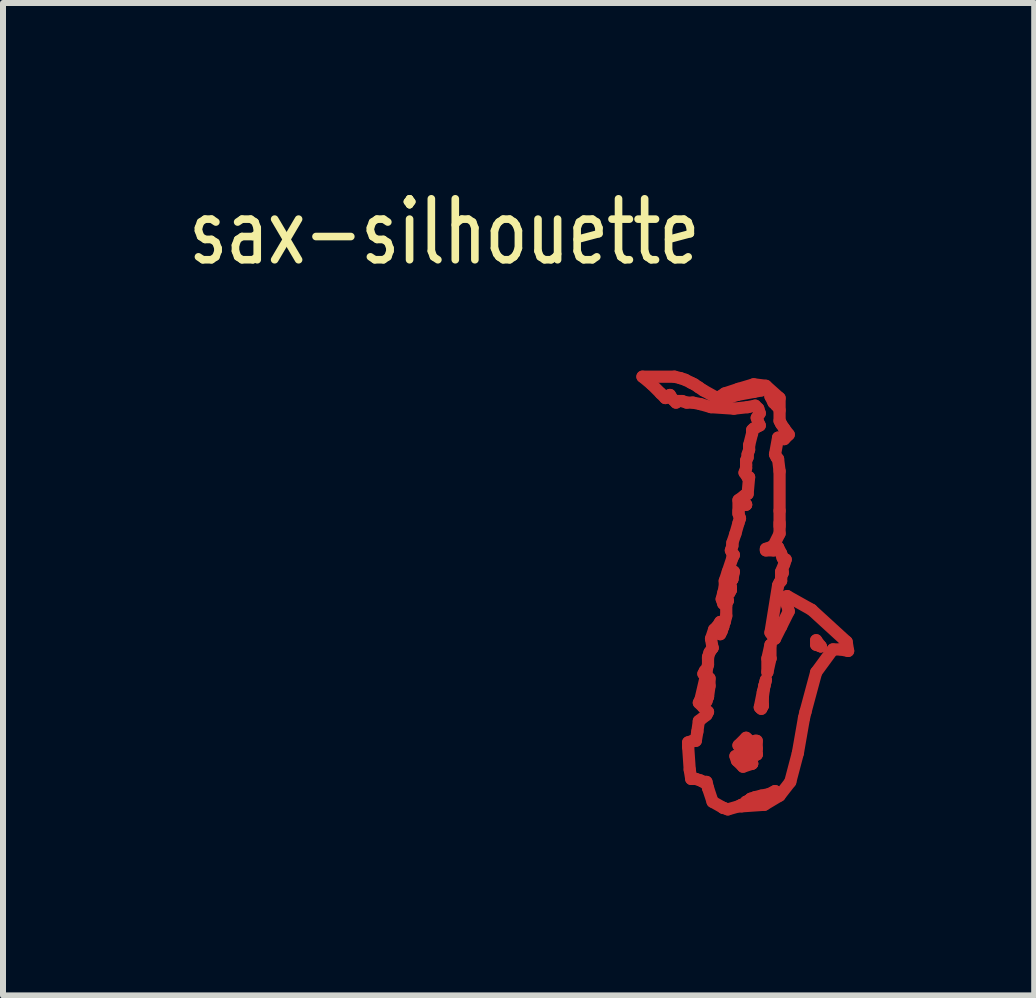
<source format=kicad_pcb>
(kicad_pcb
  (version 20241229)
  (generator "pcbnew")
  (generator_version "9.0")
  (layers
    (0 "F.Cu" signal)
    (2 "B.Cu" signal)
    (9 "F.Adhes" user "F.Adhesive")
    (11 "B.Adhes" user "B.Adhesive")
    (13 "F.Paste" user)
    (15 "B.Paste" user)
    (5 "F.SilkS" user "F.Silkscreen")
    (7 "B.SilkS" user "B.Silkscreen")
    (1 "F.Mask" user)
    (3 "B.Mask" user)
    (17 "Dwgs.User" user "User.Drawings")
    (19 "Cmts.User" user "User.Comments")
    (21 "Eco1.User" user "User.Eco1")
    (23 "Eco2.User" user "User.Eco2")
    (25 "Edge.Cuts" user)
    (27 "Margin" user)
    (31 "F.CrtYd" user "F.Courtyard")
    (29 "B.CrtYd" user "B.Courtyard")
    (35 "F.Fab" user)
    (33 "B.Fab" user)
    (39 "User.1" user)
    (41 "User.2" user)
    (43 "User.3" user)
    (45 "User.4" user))
  (footprint "sax-silhouette"
    (layer "F.Cu")
    (at 7.001 2.341)
    (property "Reference" "sax-silhouette" (at -2.642 -1.524 0) (layer "F.SilkS") (effects (font (size 1.016 0.762) (thickness 0.127))))
    (attr through_hole)
    (fp_line (start 0.66 0.889) (end 1.194 0.889) (stroke (width 0.203) (type solid)) (layers "F.Cu" "F.Mask"))
    (fp_line (start 0.813 1.016) (end 0.66 0.889) (stroke (width 0.203) (type solid)) (layers "F.Cu" "F.Mask"))
    (fp_line (start 0.965 1.168) (end 0.813 1.016) (stroke (width 0.203) (type solid)) (layers "F.Cu" "F.Mask"))
    (fp_line (start 1.041 1.245) (end 0.965 1.168) (stroke (width 0.203) (type solid)) (layers "F.Cu" "F.Mask"))
    (fp_line (start 1.067 1.219) (end 1.041 1.245) (stroke (width 0.203) (type solid)) (layers "F.Cu" "F.Mask"))
    (fp_line (start 1.118 1.194) (end 1.067 1.219) (stroke (width 0.203) (type solid)) (layers "F.Cu" "F.Mask"))
    (fp_line (start 1.168 1.27) (end 1.118 1.194) (stroke (width 0.203) (type solid)) (layers "F.Cu" "F.Mask"))
    (fp_line (start 1.194 0.889) (end 1.295 0.914) (stroke (width 0.203) (type solid)) (layers "F.Cu" "F.Mask"))
    (fp_line (start 1.219 1.321) (end 1.168 1.27) (stroke (width 0.203) (type solid)) (layers "F.Cu" "F.Mask"))
    (fp_line (start 1.245 1.295) (end 1.219 1.321) (stroke (width 0.203) (type solid)) (layers "F.Cu" "F.Mask"))
    (fp_line (start 1.295 0.914) (end 1.372 0.94) (stroke (width 0.203) (type solid)) (layers "F.Cu" "F.Mask"))
    (fp_line (start 1.321 1.295) (end 1.245 1.295) (stroke (width 0.203) (type solid)) (layers "F.Cu" "F.Mask"))
    (fp_line (start 1.372 0.94) (end 1.473 0.991) (stroke (width 0.203) (type solid)) (layers "F.Cu" "F.Mask"))
    (fp_line (start 1.397 1.321) (end 1.321 1.295) (stroke (width 0.203) (type solid)) (layers "F.Cu" "F.Mask"))
    (fp_line (start 1.422 6.985) (end 1.499 6.96) (stroke (width 0.203) (type solid)) (layers "F.Cu" "F.Mask"))
    (fp_line (start 1.422 7.061) (end 1.422 6.985) (stroke (width 0.203) (type solid)) (layers "F.Cu" "F.Mask"))
    (fp_line (start 1.448 7.442) (end 1.422 7.061) (stroke (width 0.203) (type solid)) (layers "F.Cu" "F.Mask"))
    (fp_line (start 1.473 0.991) (end 1.524 1.016) (stroke (width 0.203) (type solid)) (layers "F.Cu" "F.Mask"))
    (fp_line (start 1.473 7.595) (end 1.448 7.442) (stroke (width 0.203) (type solid)) (layers "F.Cu" "F.Mask"))
    (fp_line (start 1.499 1.321) (end 1.397 1.321) (stroke (width 0.203) (type solid)) (layers "F.Cu" "F.Mask"))
    (fp_line (start 1.499 6.96) (end 1.549 6.96) (stroke (width 0.203) (type solid)) (layers "F.Cu" "F.Mask"))
    (fp_line (start 1.524 1.016) (end 1.6 1.067) (stroke (width 0.203) (type solid)) (layers "F.Cu" "F.Mask"))
    (fp_line (start 1.549 6.96) (end 1.575 6.807) (stroke (width 0.203) (type solid)) (layers "F.Cu" "F.Mask"))
    (fp_line (start 1.549 7.595) (end 1.473 7.595) (stroke (width 0.203) (type solid)) (layers "F.Cu" "F.Mask"))
    (fp_line (start 1.575 6.807) (end 1.6 6.629) (stroke (width 0.203) (type solid)) (layers "F.Cu" "F.Mask"))
    (fp_line (start 1.6 1.067) (end 1.676 1.118) (stroke (width 0.203) (type solid)) (layers "F.Cu" "F.Mask"))
    (fp_line (start 1.6 6.325) (end 1.626 6.274) (stroke (width 0.203) (type solid)) (layers "F.Cu" "F.Mask"))
    (fp_line (start 1.6 6.629) (end 1.727 6.528) (stroke (width 0.203) (type solid)) (layers "F.Cu" "F.Mask"))
    (fp_line (start 1.626 1.346) (end 1.499 1.321) (stroke (width 0.203) (type solid)) (layers "F.Cu" "F.Mask"))
    (fp_line (start 1.626 6.274) (end 1.727 5.842) (stroke (width 0.203) (type solid)) (layers "F.Cu" "F.Mask"))
    (fp_line (start 1.626 7.62) (end 1.549 7.595) (stroke (width 0.203) (type solid)) (layers "F.Cu" "F.Mask"))
    (fp_line (start 1.676 1.118) (end 1.905 1.245) (stroke (width 0.203) (type solid)) (layers "F.Cu" "F.Mask"))
    (fp_line (start 1.676 5.842) (end 1.702 5.791) (stroke (width 0.203) (type solid)) (layers "F.Cu" "F.Mask"))
    (fp_line (start 1.676 6.401) (end 1.6 6.325) (stroke (width 0.203) (type solid)) (layers "F.Cu" "F.Mask"))
    (fp_line (start 1.676 7.645) (end 1.626 7.62) (stroke (width 0.203) (type solid)) (layers "F.Cu" "F.Mask"))
    (fp_line (start 1.702 5.791) (end 1.727 5.791) (stroke (width 0.203) (type solid)) (layers "F.Cu" "F.Mask"))
    (fp_line (start 1.727 5.791) (end 1.753 5.69) (stroke (width 0.203) (type solid)) (layers "F.Cu" "F.Mask"))
    (fp_line (start 1.727 5.842) (end 1.676 5.842) (stroke (width 0.203) (type solid)) (layers "F.Cu" "F.Mask"))
    (fp_line (start 1.727 6.096) (end 1.727 6.299) (stroke (width 0.203) (type solid)) (layers "F.Cu" "F.Mask"))
    (fp_line (start 1.727 6.299) (end 1.753 6.223) (stroke (width 0.203) (type solid)) (layers "F.Cu" "F.Mask"))
    (fp_line (start 1.727 6.528) (end 1.753 6.477) (stroke (width 0.203) (type solid)) (layers "F.Cu" "F.Mask"))
    (fp_line (start 1.727 7.645) (end 1.676 7.645) (stroke (width 0.203) (type solid)) (layers "F.Cu" "F.Mask"))
    (fp_line (start 1.753 5.563) (end 1.778 5.486) (stroke (width 0.203) (type solid)) (layers "F.Cu" "F.Mask"))
    (fp_line (start 1.753 5.588) (end 1.753 5.563) (stroke (width 0.203) (type solid)) (layers "F.Cu" "F.Mask"))
    (fp_line (start 1.753 5.69) (end 1.753 5.588) (stroke (width 0.203) (type solid)) (layers "F.Cu" "F.Mask"))
    (fp_line (start 1.753 6.223) (end 1.753 6.223) (stroke (width 0.203) (type solid)) (layers "F.Cu" "F.Mask"))
    (fp_line (start 1.753 6.223) (end 1.778 6.045) (stroke (width 0.203) (type solid)) (layers "F.Cu" "F.Mask"))
    (fp_line (start 1.753 6.477) (end 1.676 6.401) (stroke (width 0.203) (type solid)) (layers "F.Cu" "F.Mask"))
    (fp_line (start 1.753 7.747) (end 1.727 7.645) (stroke (width 0.203) (type solid)) (layers "F.Cu" "F.Mask"))
    (fp_line (start 1.778 5.486) (end 1.829 5.41) (stroke (width 0.203) (type solid)) (layers "F.Cu" "F.Mask"))
    (fp_line (start 1.778 5.918) (end 1.727 6.096) (stroke (width 0.203) (type solid)) (layers "F.Cu" "F.Mask"))
    (fp_line (start 1.778 6.045) (end 1.778 5.918) (stroke (width 0.203) (type solid)) (layers "F.Cu" "F.Mask"))
    (fp_line (start 1.803 1.397) (end 1.626 1.346) (stroke (width 0.203) (type solid)) (layers "F.Cu" "F.Mask"))
    (fp_line (start 1.803 5.258) (end 1.854 5.105) (stroke (width 0.203) (type solid)) (layers "F.Cu" "F.Mask"))
    (fp_line (start 1.829 5.41) (end 1.803 5.258) (stroke (width 0.203) (type solid)) (layers "F.Cu" "F.Mask"))
    (fp_line (start 1.829 5.41) (end 1.829 5.41) (stroke (width 0.203) (type solid)) (layers "F.Cu" "F.Mask"))
    (fp_line (start 1.829 7.976) (end 1.753 7.747) (stroke (width 0.203) (type solid)) (layers "F.Cu" "F.Mask"))
    (fp_line (start 1.854 5.105) (end 1.905 5.055) (stroke (width 0.203) (type solid)) (layers "F.Cu" "F.Mask"))
    (fp_line (start 1.905 1.245) (end 1.956 1.219) (stroke (width 0.203) (type solid)) (layers "F.Cu" "F.Mask"))
    (fp_line (start 1.905 5.055) (end 1.956 4.978) (stroke (width 0.203) (type solid)) (layers "F.Cu" "F.Mask"))
    (fp_line (start 1.956 1.219) (end 2.032 1.168) (stroke (width 0.203) (type solid)) (layers "F.Cu" "F.Mask"))
    (fp_line (start 1.956 4.978) (end 2.032 4.978) (stroke (width 0.203) (type solid)) (layers "F.Cu" "F.Mask"))
    (fp_line (start 1.956 5.131) (end 1.956 5.182) (stroke (width 0.203) (type solid)) (layers "F.Cu" "F.Mask"))
    (fp_line (start 1.956 5.182) (end 1.981 5.131) (stroke (width 0.203) (type solid)) (layers "F.Cu" "F.Mask"))
    (fp_line (start 1.981 4.597) (end 2.007 4.496) (stroke (width 0.203) (type solid)) (layers "F.Cu" "F.Mask"))
    (fp_line (start 1.981 5.004) (end 1.956 5.131) (stroke (width 0.203) (type solid)) (layers "F.Cu" "F.Mask"))
    (fp_line (start 1.981 5.131) (end 2.007 5.055) (stroke (width 0.203) (type solid)) (layers "F.Cu" "F.Mask"))
    (fp_line (start 2.007 4.496) (end 2.032 4.394) (stroke (width 0.203) (type solid)) (layers "F.Cu" "F.Mask"))
    (fp_line (start 2.007 4.623) (end 2.083 4.623) (stroke (width 0.203) (type solid)) (layers "F.Cu" "F.Mask"))
    (fp_line (start 2.007 4.674) (end 1.981 4.597) (stroke (width 0.203) (type solid)) (layers "F.Cu" "F.Mask"))
    (fp_line (start 2.007 5.029) (end 1.981 5.004) (stroke (width 0.203) (type solid)) (layers "F.Cu" "F.Mask"))
    (fp_line (start 2.007 5.055) (end 2.007 5.029) (stroke (width 0.203) (type solid)) (layers "F.Cu" "F.Mask"))
    (fp_line (start 2.007 5.055) (end 2.007 5.055) (stroke (width 0.203) (type solid)) (layers "F.Cu" "F.Mask"))
    (fp_line (start 2.007 8.077) (end 1.829 7.976) (stroke (width 0.203) (type solid)) (layers "F.Cu" "F.Mask"))
    (fp_line (start 2.007 8.077) (end 2.007 8.077) (stroke (width 0.203) (type solid)) (layers "F.Cu" "F.Mask"))
    (fp_line (start 2.032 1.168) (end 2.261 1.092) (stroke (width 0.203) (type solid)) (layers "F.Cu" "F.Mask"))
    (fp_line (start 2.032 1.372) (end 2.057 1.397) (stroke (width 0.203) (type solid)) (layers "F.Cu" "F.Mask"))
    (fp_line (start 2.032 4.293) (end 2.083 4.14) (stroke (width 0.203) (type solid)) (layers "F.Cu" "F.Mask"))
    (fp_line (start 2.032 4.394) (end 2.032 4.293) (stroke (width 0.203) (type solid)) (layers "F.Cu" "F.Mask"))
    (fp_line (start 2.032 4.572) (end 2.007 4.623) (stroke (width 0.203) (type solid)) (layers "F.Cu" "F.Mask"))
    (fp_line (start 2.032 4.978) (end 2.057 4.877) (stroke (width 0.203) (type solid)) (layers "F.Cu" "F.Mask"))
    (fp_line (start 2.057 1.372) (end 2.032 1.372) (stroke (width 0.203) (type solid)) (layers "F.Cu" "F.Mask"))
    (fp_line (start 2.057 1.372) (end 2.057 1.372) (stroke (width 0.203) (type solid)) (layers "F.Cu" "F.Mask"))
    (fp_line (start 2.057 1.397) (end 2.057 1.372) (stroke (width 0.203) (type solid)) (layers "F.Cu" "F.Mask"))
    (fp_line (start 2.057 4.699) (end 2.007 4.674) (stroke (width 0.203) (type solid)) (layers "F.Cu" "F.Mask"))
    (fp_line (start 2.057 4.877) (end 2.057 4.699) (stroke (width 0.203) (type solid)) (layers "F.Cu" "F.Mask"))
    (fp_line (start 2.083 1.245) (end 2.235 1.194) (stroke (width 0.203) (type solid)) (layers "F.Cu" "F.Mask"))
    (fp_line (start 2.083 4.14) (end 2.159 3.912) (stroke (width 0.203) (type solid)) (layers "F.Cu" "F.Mask"))
    (fp_line (start 2.083 4.623) (end 2.032 4.572) (stroke (width 0.203) (type solid)) (layers "F.Cu" "F.Mask"))
    (fp_line (start 2.083 4.623) (end 2.083 4.623) (stroke (width 0.203) (type solid)) (layers "F.Cu" "F.Mask"))
    (fp_line (start 2.083 8.103) (end 2.007 8.077) (stroke (width 0.203) (type solid)) (layers "F.Cu" "F.Mask"))
    (fp_line (start 2.108 4.394) (end 2.108 4.47) (stroke (width 0.203) (type solid)) (layers "F.Cu" "F.Mask"))
    (fp_line (start 2.108 4.47) (end 2.108 4.496) (stroke (width 0.203) (type solid)) (layers "F.Cu" "F.Mask"))
    (fp_line (start 2.108 4.496) (end 2.134 4.445) (stroke (width 0.203) (type solid)) (layers "F.Cu" "F.Mask"))
    (fp_line (start 2.134 3.785) (end 2.159 3.708) (stroke (width 0.203) (type solid)) (layers "F.Cu" "F.Mask"))
    (fp_line (start 2.134 4.293) (end 2.159 4.267) (stroke (width 0.203) (type solid)) (layers "F.Cu" "F.Mask"))
    (fp_line (start 2.134 4.394) (end 2.108 4.394) (stroke (width 0.203) (type solid)) (layers "F.Cu" "F.Mask"))
    (fp_line (start 2.134 4.445) (end 2.134 4.394) (stroke (width 0.203) (type solid)) (layers "F.Cu" "F.Mask"))
    (fp_line (start 2.134 4.445) (end 2.134 4.445) (stroke (width 0.203) (type solid)) (layers "F.Cu" "F.Mask"))
    (fp_line (start 2.159 3.658) (end 2.21 3.505) (stroke (width 0.203) (type solid)) (layers "F.Cu" "F.Mask"))
    (fp_line (start 2.159 3.708) (end 2.159 3.658) (stroke (width 0.203) (type solid)) (layers "F.Cu" "F.Mask"))
    (fp_line (start 2.159 3.835) (end 2.134 3.785) (stroke (width 0.203) (type solid)) (layers "F.Cu" "F.Mask"))
    (fp_line (start 2.159 3.912) (end 2.184 3.861) (stroke (width 0.203) (type solid)) (layers "F.Cu" "F.Mask"))
    (fp_line (start 2.159 4.267) (end 2.159 4.267) (stroke (width 0.203) (type solid)) (layers "F.Cu" "F.Mask"))
    (fp_line (start 2.159 4.267) (end 2.184 4.14) (stroke (width 0.203) (type solid)) (layers "F.Cu" "F.Mask"))
    (fp_line (start 2.184 1.422) (end 1.803 1.397) (stroke (width 0.203) (type solid)) (layers "F.Cu" "F.Mask"))
    (fp_line (start 2.184 3.861) (end 2.159 3.835) (stroke (width 0.203) (type solid)) (layers "F.Cu" "F.Mask"))
    (fp_line (start 2.184 4.14) (end 2.134 4.293) (stroke (width 0.203) (type solid)) (layers "F.Cu" "F.Mask"))
    (fp_line (start 2.21 3.505) (end 2.261 3.327) (stroke (width 0.203) (type solid)) (layers "F.Cu" "F.Mask"))
    (fp_line (start 2.21 7.214) (end 2.235 7.29) (stroke (width 0.203) (type solid)) (layers "F.Cu" "F.Mask"))
    (fp_line (start 2.235 1.168) (end 2.083 1.245) (stroke (width 0.203) (type solid)) (layers "F.Cu" "F.Mask"))
    (fp_line (start 2.235 1.194) (end 2.235 1.194) (stroke (width 0.203) (type solid)) (layers "F.Cu" "F.Mask"))
    (fp_line (start 2.235 1.194) (end 2.515 1.143) (stroke (width 0.203) (type solid)) (layers "F.Cu" "F.Mask"))
    (fp_line (start 2.235 7.29) (end 2.337 7.391) (stroke (width 0.203) (type solid)) (layers "F.Cu" "F.Mask"))
    (fp_line (start 2.261 1.092) (end 2.515 1.016) (stroke (width 0.203) (type solid)) (layers "F.Cu" "F.Mask"))
    (fp_line (start 2.261 2.946) (end 2.362 2.87) (stroke (width 0.203) (type solid)) (layers "F.Cu" "F.Mask"))
    (fp_line (start 2.261 3.124) (end 2.261 2.946) (stroke (width 0.203) (type solid)) (layers "F.Cu" "F.Mask"))
    (fp_line (start 2.261 3.175) (end 2.261 3.124) (stroke (width 0.203) (type solid)) (layers "F.Cu" "F.Mask"))
    (fp_line (start 2.261 3.327) (end 2.286 3.251) (stroke (width 0.203) (type solid)) (layers "F.Cu" "F.Mask"))
    (fp_line (start 2.261 7.036) (end 2.311 7.036) (stroke (width 0.203) (type solid)) (layers "F.Cu" "F.Mask"))
    (fp_line (start 2.261 7.214) (end 2.21 7.214) (stroke (width 0.203) (type solid)) (layers "F.Cu" "F.Mask"))
    (fp_line (start 2.261 8.052) (end 2.083 8.103) (stroke (width 0.203) (type solid)) (layers "F.Cu" "F.Mask"))
    (fp_line (start 2.286 3.251) (end 2.261 3.175) (stroke (width 0.203) (type solid)) (layers "F.Cu" "F.Mask"))
    (fp_line (start 2.311 7.036) (end 2.337 7.087) (stroke (width 0.203) (type solid)) (layers "F.Cu" "F.Mask"))
    (fp_line (start 2.311 7.163) (end 2.261 7.214) (stroke (width 0.203) (type solid)) (layers "F.Cu" "F.Mask"))
    (fp_line (start 2.311 8.026) (end 2.261 8.052) (stroke (width 0.203) (type solid)) (layers "F.Cu" "F.Mask"))
    (fp_line (start 2.311 8.052) (end 2.311 8.026) (stroke (width 0.203) (type solid)) (layers "F.Cu" "F.Mask"))
    (fp_line (start 2.337 7.087) (end 2.311 7.163) (stroke (width 0.203) (type solid)) (layers "F.Cu" "F.Mask"))
    (fp_line (start 2.337 7.391) (end 2.489 7.341) (stroke (width 0.203) (type solid)) (layers "F.Cu" "F.Mask"))
    (fp_line (start 2.362 2.489) (end 2.388 2.413) (stroke (width 0.203) (type solid)) (layers "F.Cu" "F.Mask"))
    (fp_line (start 2.362 2.87) (end 2.413 2.845) (stroke (width 0.203) (type solid)) (layers "F.Cu" "F.Mask"))
    (fp_line (start 2.362 3.023) (end 2.362 3.023) (stroke (width 0.203) (type solid)) (layers "F.Cu" "F.Mask"))
    (fp_line (start 2.362 3.023) (end 2.388 3.023) (stroke (width 0.203) (type solid)) (layers "F.Cu" "F.Mask"))
    (fp_line (start 2.388 2.286) (end 2.413 2.235) (stroke (width 0.203) (type solid)) (layers "F.Cu" "F.Mask"))
    (fp_line (start 2.388 2.362) (end 2.388 2.286) (stroke (width 0.203) (type solid)) (layers "F.Cu" "F.Mask"))
    (fp_line (start 2.388 2.413) (end 2.388 2.362) (stroke (width 0.203) (type solid)) (layers "F.Cu" "F.Mask"))
    (fp_line (start 2.388 3.023) (end 2.362 3.023) (stroke (width 0.203) (type solid)) (layers "F.Cu" "F.Mask"))
    (fp_line (start 2.388 3.023) (end 2.388 3.023) (stroke (width 0.203) (type solid)) (layers "F.Cu" "F.Mask"))
    (fp_line (start 2.388 6.909) (end 2.261 7.036) (stroke (width 0.203) (type solid)) (layers "F.Cu" "F.Mask"))
    (fp_line (start 2.388 7.239) (end 2.413 6.934) (stroke (width 0.203) (type solid)) (layers "F.Cu" "F.Mask"))
    (fp_line (start 2.388 7.976) (end 2.388 7.976) (stroke (width 0.203) (type solid)) (layers "F.Cu" "F.Mask"))
    (fp_line (start 2.388 7.976) (end 2.667 7.95) (stroke (width 0.203) (type solid)) (layers "F.Cu" "F.Mask"))
    (fp_line (start 2.413 1.397) (end 2.184 1.422) (stroke (width 0.203) (type solid)) (layers "F.Cu" "F.Mask"))
    (fp_line (start 2.413 2.184) (end 2.438 2.108) (stroke (width 0.203) (type solid)) (layers "F.Cu" "F.Mask"))
    (fp_line (start 2.413 2.235) (end 2.413 2.184) (stroke (width 0.203) (type solid)) (layers "F.Cu" "F.Mask"))
    (fp_line (start 2.413 2.565) (end 2.362 2.489) (stroke (width 0.203) (type solid)) (layers "F.Cu" "F.Mask"))
    (fp_line (start 2.413 2.845) (end 2.438 2.565) (stroke (width 0.203) (type solid)) (layers "F.Cu" "F.Mask"))
    (fp_line (start 2.413 6.934) (end 2.388 6.909) (stroke (width 0.203) (type solid)) (layers "F.Cu" "F.Mask"))
    (fp_line (start 2.438 2.032) (end 2.489 1.829) (stroke (width 0.203) (type solid)) (layers "F.Cu" "F.Mask"))
    (fp_line (start 2.438 2.108) (end 2.438 2.032) (stroke (width 0.203) (type solid)) (layers "F.Cu" "F.Mask"))
    (fp_line (start 2.438 2.565) (end 2.413 2.565) (stroke (width 0.203) (type solid)) (layers "F.Cu" "F.Mask"))
    (fp_line (start 2.438 7.315) (end 2.388 7.239) (stroke (width 0.203) (type solid)) (layers "F.Cu" "F.Mask"))
    (fp_line (start 2.438 7.95) (end 2.388 7.976) (stroke (width 0.203) (type solid)) (layers "F.Cu" "F.Mask"))
    (fp_line (start 2.464 1.067) (end 2.235 1.168) (stroke (width 0.203) (type solid)) (layers "F.Cu" "F.Mask"))
    (fp_line (start 2.464 7.925) (end 2.438 7.95) (stroke (width 0.203) (type solid)) (layers "F.Cu" "F.Mask"))
    (fp_line (start 2.489 1.778) (end 2.515 1.753) (stroke (width 0.203) (type solid)) (layers "F.Cu" "F.Mask"))
    (fp_line (start 2.489 1.829) (end 2.489 1.778) (stroke (width 0.203) (type solid)) (layers "F.Cu" "F.Mask"))
    (fp_line (start 2.489 7.061) (end 2.489 7.188) (stroke (width 0.203) (type solid)) (layers "F.Cu" "F.Mask"))
    (fp_line (start 2.489 7.188) (end 2.565 7.188) (stroke (width 0.203) (type solid)) (layers "F.Cu" "F.Mask"))
    (fp_line (start 2.489 7.341) (end 2.438 7.315) (stroke (width 0.203) (type solid)) (layers "F.Cu" "F.Mask"))
    (fp_line (start 2.489 7.341) (end 2.489 7.341) (stroke (width 0.203) (type solid)) (layers "F.Cu" "F.Mask"))
    (fp_line (start 2.515 1.016) (end 2.718 1.041) (stroke (width 0.203) (type solid)) (layers "F.Cu" "F.Mask"))
    (fp_line (start 2.515 1.143) (end 2.642 1.118) (stroke (width 0.203) (type solid)) (layers "F.Cu" "F.Mask"))
    (fp_line (start 2.515 1.753) (end 2.565 1.727) (stroke (width 0.203) (type solid)) (layers "F.Cu" "F.Mask"))
    (fp_line (start 2.54 1.372) (end 2.413 1.397) (stroke (width 0.203) (type solid)) (layers "F.Cu" "F.Mask"))
    (fp_line (start 2.54 6.96) (end 2.489 7.061) (stroke (width 0.203) (type solid)) (layers "F.Cu" "F.Mask"))
    (fp_line (start 2.54 7.899) (end 2.464 7.925) (stroke (width 0.203) (type solid)) (layers "F.Cu" "F.Mask"))
    (fp_line (start 2.565 1.575) (end 2.616 1.499) (stroke (width 0.203) (type solid)) (layers "F.Cu" "F.Mask"))
    (fp_line (start 2.565 1.727) (end 2.616 1.702) (stroke (width 0.203) (type solid)) (layers "F.Cu" "F.Mask"))
    (fp_line (start 2.565 6.96) (end 2.54 6.96) (stroke (width 0.203) (type solid)) (layers "F.Cu" "F.Mask"))
    (fp_line (start 2.565 7.087) (end 2.565 6.96) (stroke (width 0.203) (type solid)) (layers "F.Cu" "F.Mask"))
    (fp_line (start 2.565 7.188) (end 2.565 7.087) (stroke (width 0.203) (type solid)) (layers "F.Cu" "F.Mask"))
    (fp_line (start 2.565 7.188) (end 2.565 7.188) (stroke (width 0.203) (type solid)) (layers "F.Cu" "F.Mask"))
    (fp_line (start 2.591 1.422) (end 2.54 1.372) (stroke (width 0.203) (type solid)) (layers "F.Cu" "F.Mask"))
    (fp_line (start 2.591 1.651) (end 2.565 1.575) (stroke (width 0.203) (type solid)) (layers "F.Cu" "F.Mask"))
    (fp_line (start 2.616 1.499) (end 2.591 1.422) (stroke (width 0.203) (type solid)) (layers "F.Cu" "F.Mask"))
    (fp_line (start 2.616 1.702) (end 2.591 1.651) (stroke (width 0.203) (type solid)) (layers "F.Cu" "F.Mask"))
    (fp_line (start 2.616 6.401) (end 2.642 6.426) (stroke (width 0.203) (type solid)) (layers "F.Cu" "F.Mask"))
    (fp_line (start 2.642 1.118) (end 2.464 1.067) (stroke (width 0.203) (type solid)) (layers "F.Cu" "F.Mask"))
    (fp_line (start 2.642 6.426) (end 2.667 6.375) (stroke (width 0.203) (type solid)) (layers "F.Cu" "F.Mask"))
    (fp_line (start 2.642 7.874) (end 2.54 7.899) (stroke (width 0.203) (type solid)) (layers "F.Cu" "F.Mask"))
    (fp_line (start 2.667 6.147) (end 2.616 6.401) (stroke (width 0.203) (type solid)) (layers "F.Cu" "F.Mask"))
    (fp_line (start 2.667 6.223) (end 2.692 6.045) (stroke (width 0.203) (type solid)) (layers "F.Cu" "F.Mask"))
    (fp_line (start 2.667 6.375) (end 2.667 6.223) (stroke (width 0.203) (type solid)) (layers "F.Cu" "F.Mask"))
    (fp_line (start 2.667 6.375) (end 2.667 6.375) (stroke (width 0.203) (type solid)) (layers "F.Cu" "F.Mask"))
    (fp_line (start 2.667 7.95) (end 2.667 7.95) (stroke (width 0.203) (type solid)) (layers "F.Cu" "F.Mask"))
    (fp_line (start 2.667 7.95) (end 2.87 7.798) (stroke (width 0.203) (type solid)) (layers "F.Cu" "F.Mask"))
    (fp_line (start 2.692 6.045) (end 2.718 5.944) (stroke (width 0.203) (type solid)) (layers "F.Cu" "F.Mask"))
    (fp_line (start 2.692 8.026) (end 2.311 8.052) (stroke (width 0.203) (type solid)) (layers "F.Cu" "F.Mask"))
    (fp_line (start 2.718 1.041) (end 2.946 1.245) (stroke (width 0.203) (type solid)) (layers "F.Cu" "F.Mask"))
    (fp_line (start 2.718 3.759) (end 2.718 3.785) (stroke (width 0.203) (type solid)) (layers "F.Cu" "F.Mask"))
    (fp_line (start 2.718 3.785) (end 2.845 3.785) (stroke (width 0.203) (type solid)) (layers "F.Cu" "F.Mask"))
    (fp_line (start 2.718 5.944) (end 2.667 6.147) (stroke (width 0.203) (type solid)) (layers "F.Cu" "F.Mask"))
    (fp_line (start 2.743 5.588) (end 2.743 5.817) (stroke (width 0.203) (type solid)) (layers "F.Cu" "F.Mask"))
    (fp_line (start 2.743 5.817) (end 2.794 5.588) (stroke (width 0.203) (type solid)) (layers "F.Cu" "F.Mask"))
    (fp_line (start 2.769 7.849) (end 2.642 7.874) (stroke (width 0.203) (type solid)) (layers "F.Cu" "F.Mask"))
    (fp_line (start 2.794 1.219) (end 2.845 1.321) (stroke (width 0.203) (type solid)) (layers "F.Cu" "F.Mask"))
    (fp_line (start 2.794 3.734) (end 2.718 3.759) (stroke (width 0.203) (type solid)) (layers "F.Cu" "F.Mask"))
    (fp_line (start 2.794 5.156) (end 2.845 5.232) (stroke (width 0.203) (type solid)) (layers "F.Cu" "F.Mask"))
    (fp_line (start 2.794 5.359) (end 2.743 5.588) (stroke (width 0.203) (type solid)) (layers "F.Cu" "F.Mask"))
    (fp_line (start 2.794 5.588) (end 2.794 5.359) (stroke (width 0.203) (type solid)) (layers "F.Cu" "F.Mask"))
    (fp_line (start 2.794 5.588) (end 2.794 5.588) (stroke (width 0.203) (type solid)) (layers "F.Cu" "F.Mask"))
    (fp_line (start 2.819 1.194) (end 2.794 1.219) (stroke (width 0.203) (type solid)) (layers "F.Cu" "F.Mask"))
    (fp_line (start 2.845 1.321) (end 2.896 1.372) (stroke (width 0.203) (type solid)) (layers "F.Cu" "F.Mask"))
    (fp_line (start 2.845 3.708) (end 2.794 3.734) (stroke (width 0.203) (type solid)) (layers "F.Cu" "F.Mask"))
    (fp_line (start 2.845 3.785) (end 2.921 3.734) (stroke (width 0.203) (type solid)) (layers "F.Cu" "F.Mask"))
    (fp_line (start 2.845 5.232) (end 2.87 5.258) (stroke (width 0.203) (type solid)) (layers "F.Cu" "F.Mask"))
    (fp_line (start 2.87 2.184) (end 2.896 2.235) (stroke (width 0.203) (type solid)) (layers "F.Cu" "F.Mask"))
    (fp_line (start 2.87 5.258) (end 2.972 5.055) (stroke (width 0.203) (type solid)) (layers "F.Cu" "F.Mask"))
    (fp_line (start 2.87 7.798) (end 2.769 7.849) (stroke (width 0.203) (type solid)) (layers "F.Cu" "F.Mask"))
    (fp_line (start 2.896 1.321) (end 2.819 1.194) (stroke (width 0.203) (type solid)) (layers "F.Cu" "F.Mask"))
    (fp_line (start 2.896 1.321) (end 2.896 1.321) (stroke (width 0.203) (type solid)) (layers "F.Cu" "F.Mask"))
    (fp_line (start 2.896 1.372) (end 2.896 1.321) (stroke (width 0.203) (type solid)) (layers "F.Cu" "F.Mask"))
    (fp_line (start 2.896 2.235) (end 2.921 2.261) (stroke (width 0.203) (type solid)) (layers "F.Cu" "F.Mask"))
    (fp_line (start 2.921 1.905) (end 2.87 2.184) (stroke (width 0.203) (type solid)) (layers "F.Cu" "F.Mask"))
    (fp_line (start 2.921 2.261) (end 2.946 2.464) (stroke (width 0.203) (type solid)) (layers "F.Cu" "F.Mask"))
    (fp_line (start 2.921 3.734) (end 2.972 3.835) (stroke (width 0.203) (type solid)) (layers "F.Cu" "F.Mask"))
    (fp_line (start 2.921 4.369) (end 2.794 5.156) (stroke (width 0.203) (type solid)) (layers "F.Cu" "F.Mask"))
    (fp_line (start 2.946 1.245) (end 2.946 1.448) (stroke (width 0.203) (type solid)) (layers "F.Cu" "F.Mask"))
    (fp_line (start 2.946 1.448) (end 2.946 1.626) (stroke (width 0.203) (type solid)) (layers "F.Cu" "F.Mask"))
    (fp_line (start 2.946 1.626) (end 2.972 1.676) (stroke (width 0.203) (type solid)) (layers "F.Cu" "F.Mask"))
    (fp_line (start 2.946 2.464) (end 2.946 3.124) (stroke (width 0.203) (type solid)) (layers "F.Cu" "F.Mask"))
    (fp_line (start 2.946 3.124) (end 2.946 3.327) (stroke (width 0.203) (type solid)) (layers "F.Cu" "F.Mask"))
    (fp_line (start 2.946 3.327) (end 2.946 3.378) (stroke (width 0.203) (type solid)) (layers "F.Cu" "F.Mask"))
    (fp_line (start 2.946 3.378) (end 2.946 3.505) (stroke (width 0.203) (type solid)) (layers "F.Cu" "F.Mask"))
    (fp_line (start 2.946 3.505) (end 2.845 3.708) (stroke (width 0.203) (type solid)) (layers "F.Cu" "F.Mask"))
    (fp_line (start 2.946 4.318) (end 2.921 4.369) (stroke (width 0.203) (type solid)) (layers "F.Cu" "F.Mask"))
    (fp_line (start 2.946 7.874) (end 2.692 8.026) (stroke (width 0.203) (type solid)) (layers "F.Cu" "F.Mask"))
    (fp_line (start 2.972 1.676) (end 3.023 1.753) (stroke (width 0.203) (type solid)) (layers "F.Cu" "F.Mask"))
    (fp_line (start 2.972 3.835) (end 2.997 3.912) (stroke (width 0.203) (type solid)) (layers "F.Cu" "F.Mask"))
    (fp_line (start 2.972 4.14) (end 2.997 4.14) (stroke (width 0.203) (type solid)) (layers "F.Cu" "F.Mask"))
    (fp_line (start 2.972 4.166) (end 2.972 4.242) (stroke (width 0.203) (type solid)) (layers "F.Cu" "F.Mask"))
    (fp_line (start 2.972 4.242) (end 2.972 4.293) (stroke (width 0.203) (type solid)) (layers "F.Cu" "F.Mask"))
    (fp_line (start 2.972 4.293) (end 2.946 4.318) (stroke (width 0.203) (type solid)) (layers "F.Cu" "F.Mask"))
    (fp_line (start 2.972 5.055) (end 3.099 4.801) (stroke (width 0.203) (type solid)) (layers "F.Cu" "F.Mask"))
    (fp_line (start 2.997 3.912) (end 3.048 3.937) (stroke (width 0.203) (type solid)) (layers "F.Cu" "F.Mask"))
    (fp_line (start 2.997 4.14) (end 2.997 4.166) (stroke (width 0.203) (type solid)) (layers "F.Cu" "F.Mask"))
    (fp_line (start 2.997 4.166) (end 2.972 4.166) (stroke (width 0.203) (type solid)) (layers "F.Cu" "F.Mask"))
    (fp_line (start 3.023 1.753) (end 3.099 1.854) (stroke (width 0.203) (type solid)) (layers "F.Cu" "F.Mask"))
    (fp_line (start 3.023 1.93) (end 2.921 1.905) (stroke (width 0.203) (type solid)) (layers "F.Cu" "F.Mask"))
    (fp_line (start 3.023 4.013) (end 2.972 4.14) (stroke (width 0.203) (type solid)) (layers "F.Cu" "F.Mask"))
    (fp_line (start 3.023 4.572) (end 3.073 4.547) (stroke (width 0.203) (type solid)) (layers "F.Cu" "F.Mask"))
    (fp_line (start 3.048 3.937) (end 3.023 4.013) (stroke (width 0.203) (type solid)) (layers "F.Cu" "F.Mask"))
    (fp_line (start 3.073 4.547) (end 3.48 4.775) (stroke (width 0.203) (type solid)) (layers "F.Cu" "F.Mask"))
    (fp_line (start 3.073 4.699) (end 3.023 4.572) (stroke (width 0.203) (type solid)) (layers "F.Cu" "F.Mask"))
    (fp_line (start 3.099 1.854) (end 3.023 1.93) (stroke (width 0.203) (type solid)) (layers "F.Cu" "F.Mask"))
    (fp_line (start 3.099 4.801) (end 3.073 4.699) (stroke (width 0.203) (type solid)) (layers "F.Cu" "F.Mask"))
    (fp_line (start 3.124 7.645) (end 2.946 7.874) (stroke (width 0.203) (type solid)) (layers "F.Cu" "F.Mask"))
    (fp_line (start 3.251 7.163) (end 3.124 7.645) (stroke (width 0.203) (type solid)) (layers "F.Cu" "F.Mask"))
    (fp_line (start 3.353 6.579) (end 3.251 7.163) (stroke (width 0.203) (type solid)) (layers "F.Cu" "F.Mask"))
    (fp_line (start 3.378 6.477) (end 3.353 6.579) (stroke (width 0.203) (type solid)) (layers "F.Cu" "F.Mask"))
    (fp_line (start 3.48 4.775) (end 4.064 5.309) (stroke (width 0.203) (type solid)) (layers "F.Cu" "F.Mask"))
    (fp_line (start 3.556 5.283) (end 3.556 5.359) (stroke (width 0.203) (type solid)) (layers "F.Cu" "F.Mask"))
    (fp_line (start 3.556 5.359) (end 3.632 5.385) (stroke (width 0.203) (type solid)) (layers "F.Cu" "F.Mask"))
    (fp_line (start 3.556 5.817) (end 3.378 6.477) (stroke (width 0.203) (type solid)) (layers "F.Cu" "F.Mask"))
    (fp_line (start 3.632 5.385) (end 3.556 5.283) (stroke (width 0.203) (type solid)) (layers "F.Cu" "F.Mask"))
    (fp_line (start 3.632 5.385) (end 3.632 5.385) (stroke (width 0.203) (type solid)) (layers "F.Cu" "F.Mask"))
    (fp_line (start 3.835 5.436) (end 3.556 5.817) (stroke (width 0.203) (type solid)) (layers "F.Cu" "F.Mask"))
    (fp_line (start 3.962 5.436) (end 3.835 5.436) (stroke (width 0.203) (type solid)) (layers "F.Cu" "F.Mask"))
    (fp_line (start 4.064 5.309) (end 4.089 5.461) (stroke (width 0.203) (type solid)) (layers "F.Cu" "F.Mask"))
    (fp_line (start 4.089 5.461) (end 3.962 5.436) (stroke (width 0.203) (type solid)) (layers "F.Cu" "F.Mask")))
  (gr_rect
    (start -3 -3)
    (end 14.192 13.545)
    (stroke (width 0.1) (type default))
    (fill no)
    (layer "Edge.Cuts")))
</source>
